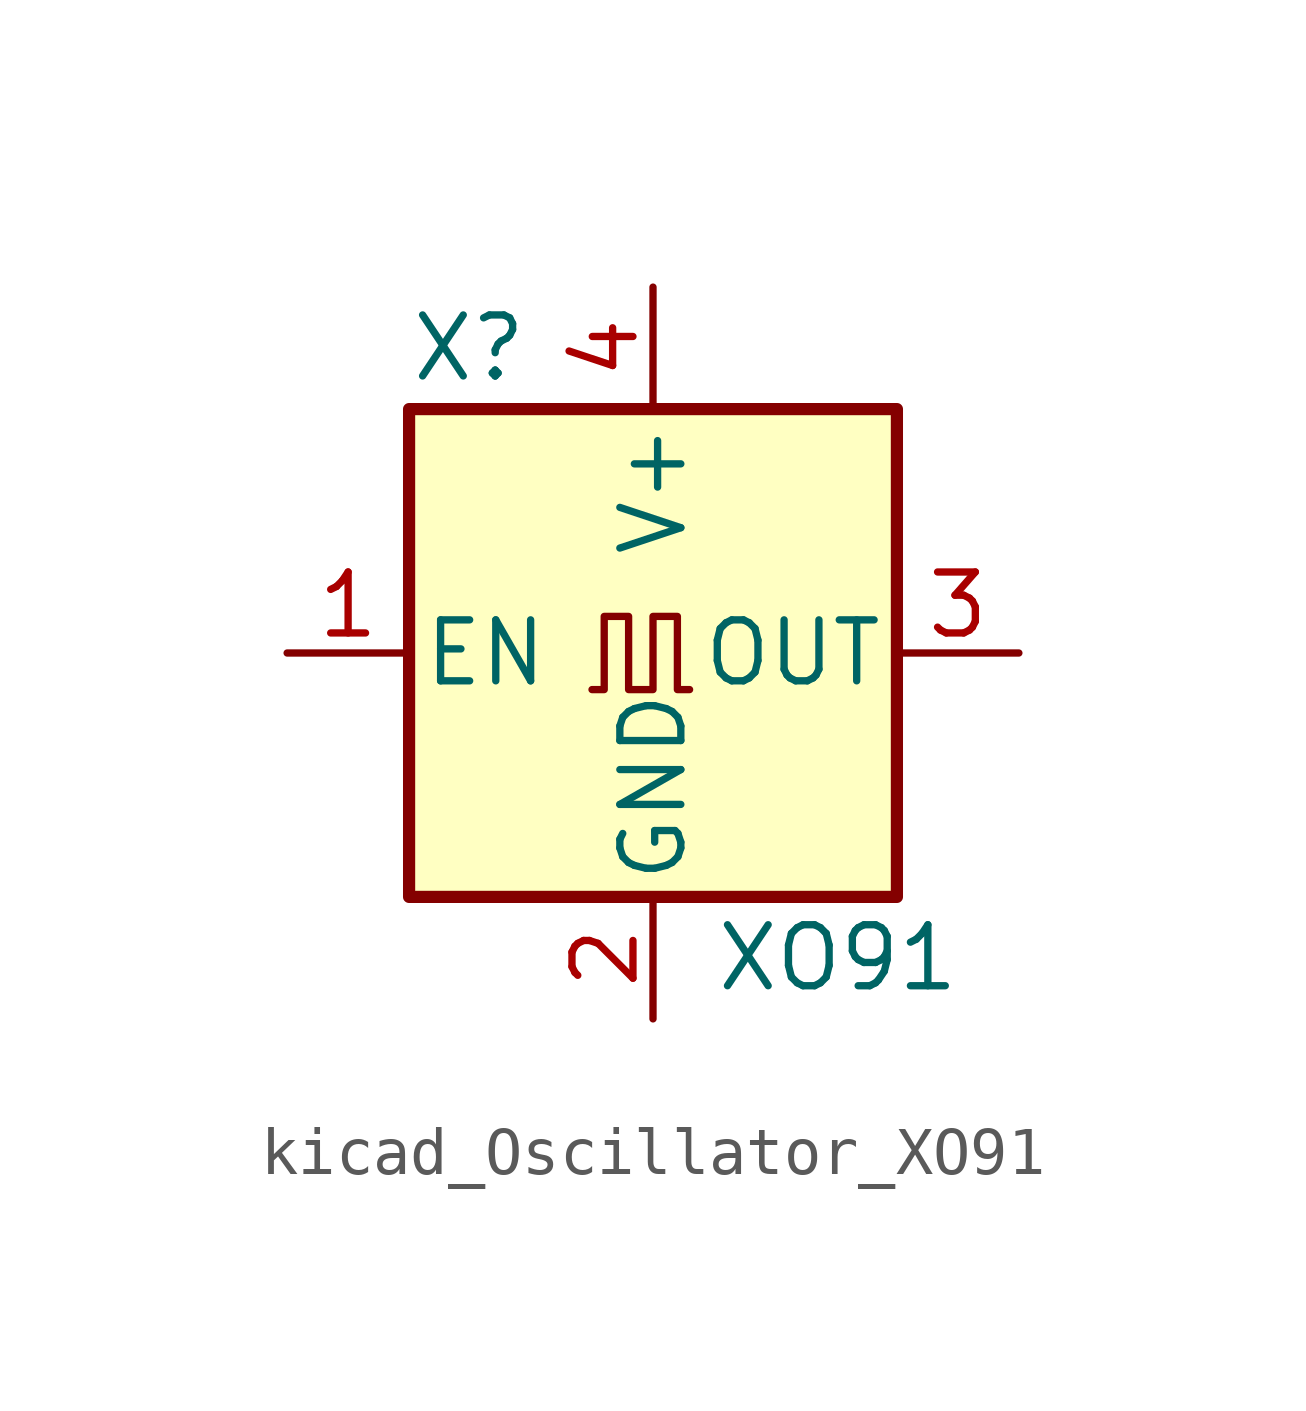
<source format=kicad_sym>
(kicad_symbol_lib
  (version 20220914)
  (generator kicad_symbol_editor)
  (symbol "kicad_Oscillator_XO91"
    (pin_names
      (offset 0.254))
    (property "Reference" "X"
      (at -5.08 6.35 0)
      (effects (font (size 1.27 1.27)) (justify left)))
    (property "Value" "XO91"
      (at 1.27 -6.35 0)
      (effects (font (size 1.27 1.27)) (justify left)))
    (symbol "kicad_Oscillator_XO91_0_1"
      (rectangle (start -5.08 5.08) (end 5.08 -5.08) (stroke (width 0.254) (type default)) (fill (type background)))
      (polyline (pts (xy 0.762 -0.762) (xy 0.508 -0.762) (xy 0.508 0.762) (xy 0 0.762) (xy 0 -0.762) (xy -0.508 -0.762) (xy -0.508 0.762) (xy -1.016 0.762) (xy -1.016 -0.762) (xy -1.27 -0.762)) (stroke (width 0) (type default)) (fill (type none))))
    (symbol "kicad_Oscillator_XO91_1_1"
      (pin input line (at -7.62 0 0) (length 2.54) (name "EN" (effects (font (size 1.27 1.27)))) (number "1" (effects (font (size 1.27 1.27)))))
      (pin power_in line (at 0 -7.62 90) (length 2.54) (name "GND" (effects (font (size 1.27 1.27)))) (number "2" (effects (font (size 1.27 1.27)))))
      (pin output line (at 7.62 0 180) (length 2.54) (name "OUT" (effects (font (size 1.27 1.27)))) (number "3" (effects (font (size 1.27 1.27)))))
      (pin power_in line (at 0 7.62 270) (length 2.54) (name "V+" (effects (font (size 1.27 1.27)))) (number "4" (effects (font (size 1.27 1.27))))))))
</source>
